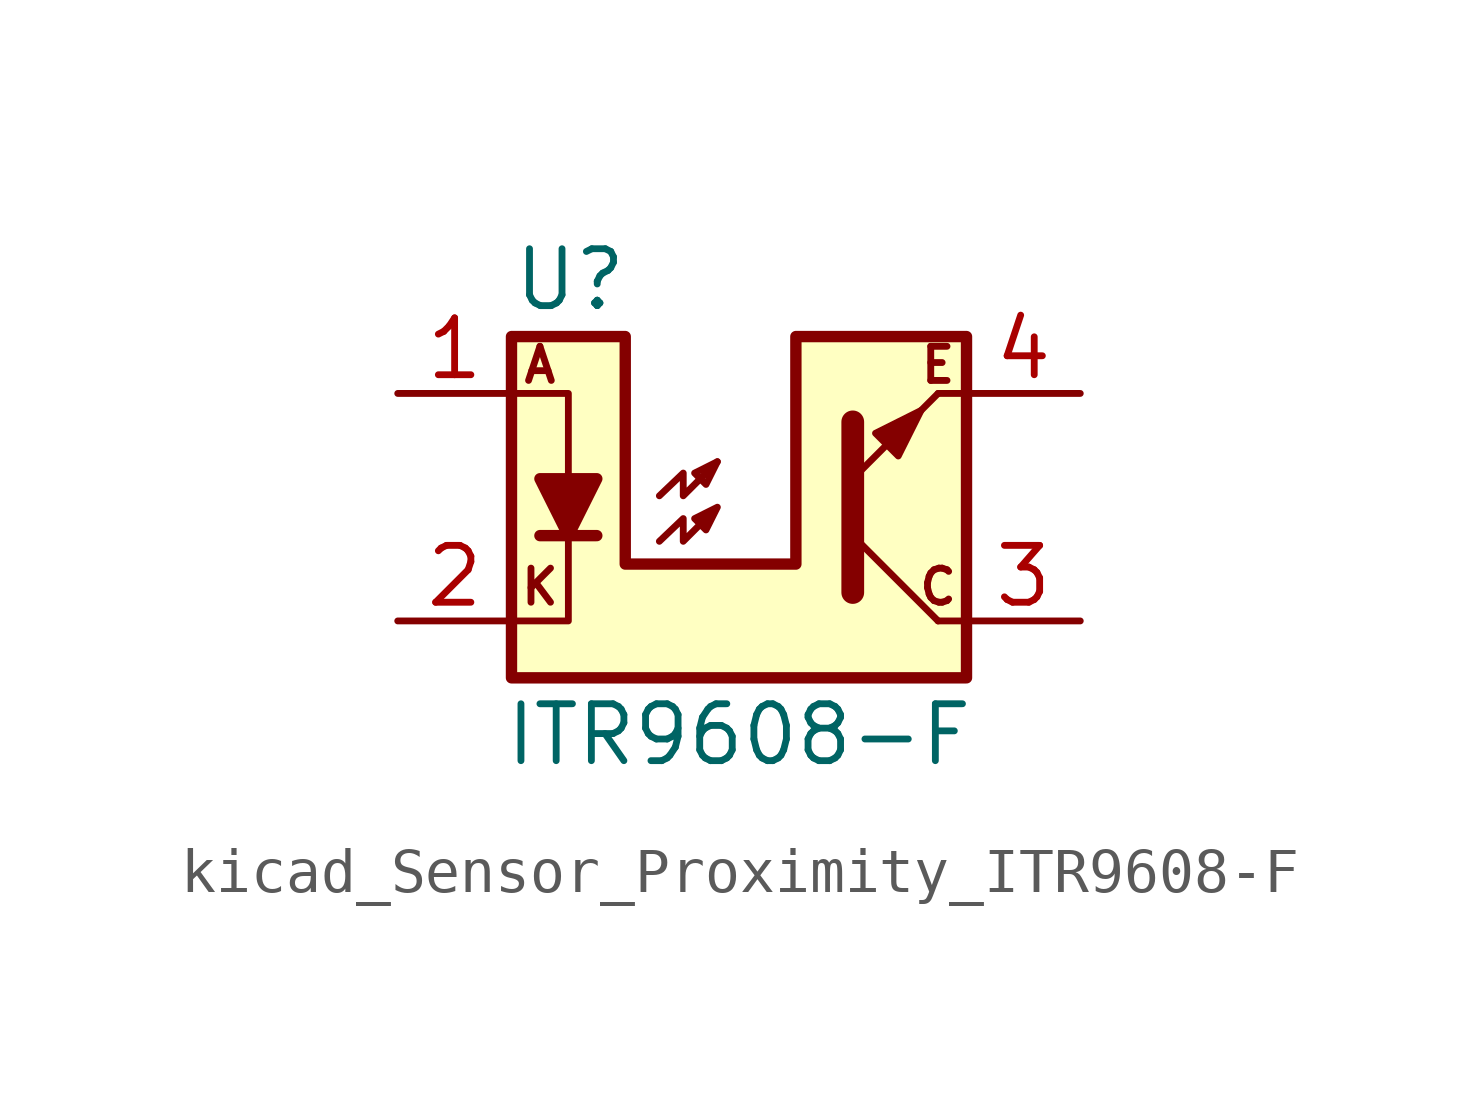
<source format=kicad_sym>
(kicad_symbol_lib
  (version 20220914)
  (generator kicad_symbol_editor)
  (symbol "kicad_Sensor_Proximity_ITR9608-F"
    (property "Reference" "U"
      (at -5.08 5.08 0)
      (effects (font (size 1.27 1.27)) (justify left)))
    (property "Value" "ITR9608-F"
      (at 0 -5.08 0)
      (effects (font (size 1.27 1.27))))
    (symbol "kicad_Sensor_Proximity_ITR9608-F_0_0"
      (text "A" (at -4.445 3.175 0) (effects (font (size 0.762 0.762))))
      (text "C" (at 4.445 -1.778 0) (effects (font (size 0.762 0.762))))
      (text "E" (at 4.445 3.175 0) (effects (font (size 0.762 0.762))))
      (text "K" (at -4.445 -1.778 0) (effects (font (size 0.762 0.762)))))
    (symbol "kicad_Sensor_Proximity_ITR9608-F_0_1"
      (polyline (pts (xy -4.445 -0.635) (xy -3.175 -0.635)) (stroke (width 0.254) (type default)) (fill (type none)))
      (polyline (pts (xy 2.54 -0.635) (xy 4.445 -2.54)) (stroke (width 0) (type default)) (fill (type none)))
      (polyline (pts (xy 4.445 -2.54) (xy 5.08 -2.54)) (stroke (width 0) (type default)) (fill (type none)))
      (polyline (pts (xy 4.445 2.54) (xy 2.54 0.635)) (stroke (width 0) (type default)) (fill (type outline)))
      (polyline (pts (xy 4.445 2.54) (xy 5.08 2.54)) (stroke (width 0) (type default)) (fill (type none)))
      (polyline (pts (xy -5.08 -2.54) (xy -3.81 -2.54) (xy -3.81 -0.635)) (stroke (width 0) (type default)) (fill (type none)))
      (polyline (pts (xy -5.08 2.54) (xy -3.81 2.54) (xy -3.81 0.635)) (stroke (width 0) (type default)) (fill (type none)))
      (polyline (pts (xy 2.54 -1.905) (xy 2.54 1.905) (xy 2.54 1.905)) (stroke (width 0.508) (type default)) (fill (type none)))
      (polyline (pts (xy -3.81 -0.635) (xy -4.445 0.635) (xy -3.175 0.635) (xy -3.81 -0.635)) (stroke (width 0.254) (type default)) (fill (type outline)))
      (polyline (pts (xy -1.778 0.254) (xy -1.245 0.762) (xy -1.245 0.254) (xy -0.483 1.016)) (stroke (width 0) (type default)) (fill (type none)))
      (polyline (pts (xy -0.483 1.016) (xy -0.991 0.762) (xy -0.737 0.508) (xy -0.483 1.016)) (stroke (width 0) (type default)) (fill (type none)))
      (polyline (pts (xy 3.048 1.651) (xy 3.556 1.143) (xy 4.064 2.159) (xy 3.048 1.651) (xy 3.048 1.651)) (stroke (width 0) (type default)) (fill (type outline)))
      (polyline (pts (xy -1.778 -0.762) (xy -1.245 -0.254) (xy -1.245 -0.762) (xy -0.483 0) (xy -0.991 -0.254) (xy -0.737 -0.508) (xy -0.483 0)) (stroke (width 0) (type default)) (fill (type none)))
      (polyline (pts (xy -5.08 3.81) (xy -5.08 -3.81) (xy 5.08 -3.81) (xy 5.08 3.81) (xy 1.27 3.81) (xy 1.27 -1.27) (xy -2.54 -1.27) (xy -2.54 3.81) (xy -5.08 3.81)) (stroke (width 0.254) (type default)) (fill (type background))))
    (symbol "kicad_Sensor_Proximity_ITR9608-F_1_1"
      (pin passive line (at -7.62 2.54 0) (length 2.54) (name "~" (effects (font (size 1.27 1.27)))) (number "1" (effects (font (size 1.27 1.27)))))
      (pin passive line (at -7.62 -2.54 0) (length 2.54) (name "~" (effects (font (size 1.27 1.27)))) (number "2" (effects (font (size 1.27 1.27)))))
      (pin open_collector line (at 7.62 -2.54 180) (length 2.54) (name "~" (effects (font (size 1.27 1.27)))) (number "3" (effects (font (size 1.27 1.27)))))
      (pin open_emitter line (at 7.62 2.54 180) (length 2.54) (name "~" (effects (font (size 1.27 1.27)))) (number "4" (effects (font (size 1.27 1.27))))))))
</source>
